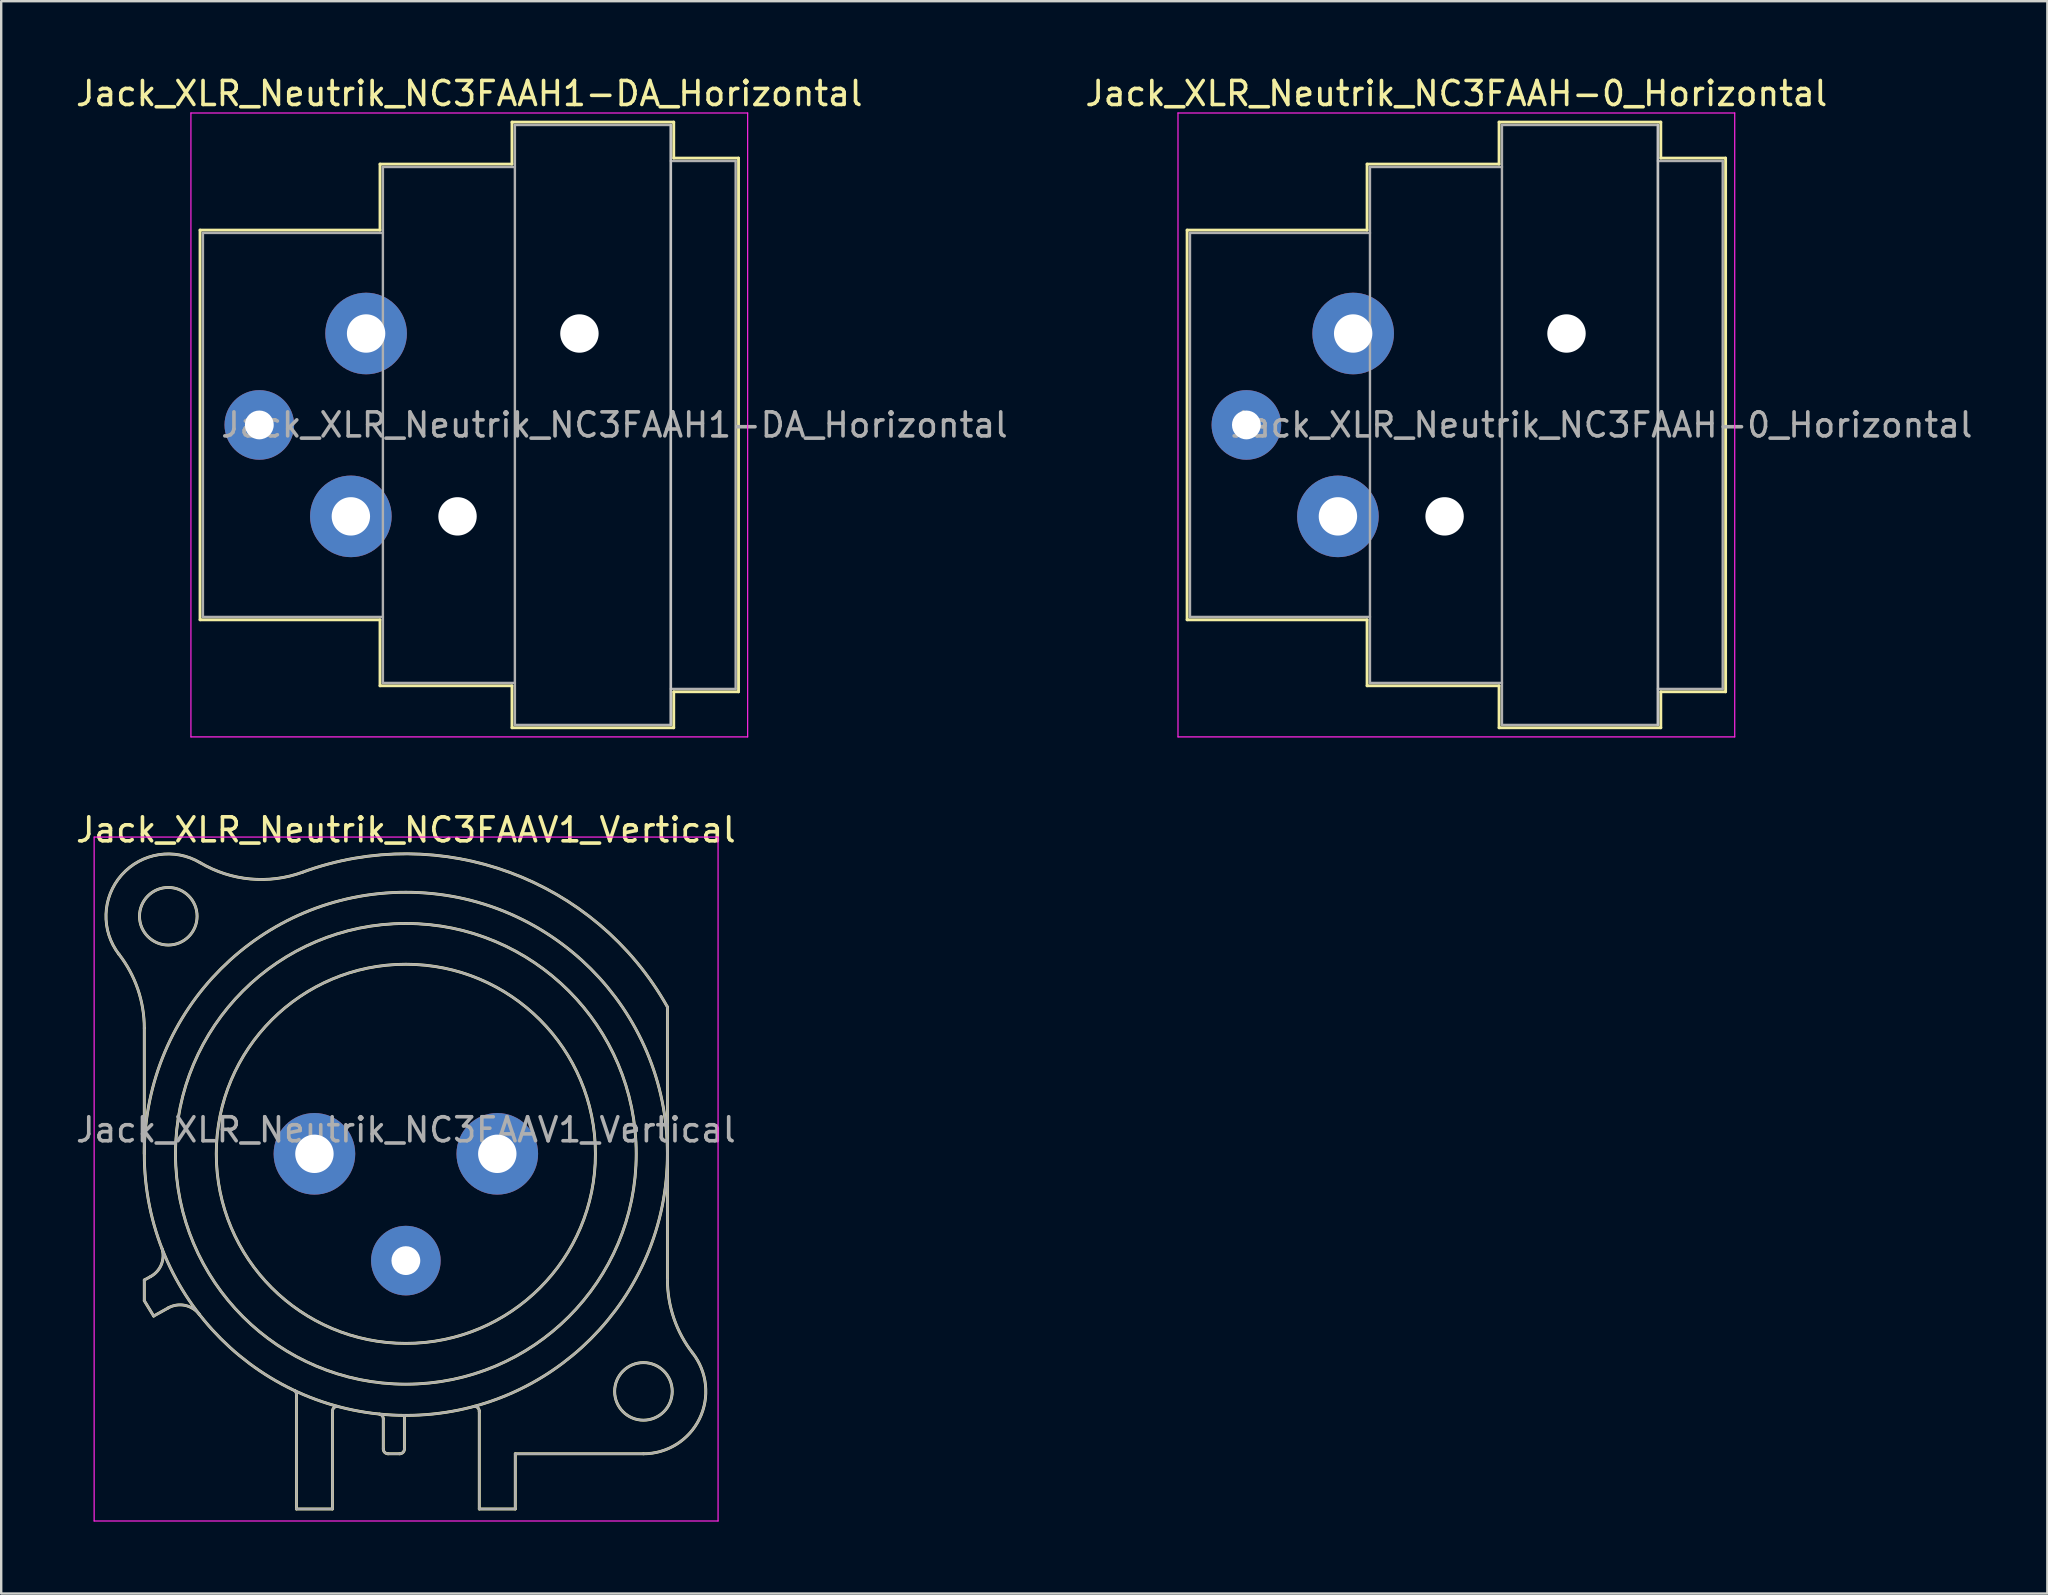
<source format=kicad_pcb>
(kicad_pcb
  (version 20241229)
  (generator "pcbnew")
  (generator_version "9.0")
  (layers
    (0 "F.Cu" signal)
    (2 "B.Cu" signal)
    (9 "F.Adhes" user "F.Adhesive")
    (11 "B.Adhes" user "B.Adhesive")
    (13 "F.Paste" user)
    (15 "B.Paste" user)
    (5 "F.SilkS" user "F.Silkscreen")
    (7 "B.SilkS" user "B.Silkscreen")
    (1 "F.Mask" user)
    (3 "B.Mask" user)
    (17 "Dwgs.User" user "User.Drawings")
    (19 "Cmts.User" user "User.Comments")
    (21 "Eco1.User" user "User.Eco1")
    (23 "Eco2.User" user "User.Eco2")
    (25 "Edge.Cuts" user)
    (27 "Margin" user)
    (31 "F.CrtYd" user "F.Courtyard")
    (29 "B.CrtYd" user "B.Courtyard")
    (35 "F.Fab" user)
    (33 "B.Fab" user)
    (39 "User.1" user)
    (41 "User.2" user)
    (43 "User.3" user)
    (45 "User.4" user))
  (footprint "Jack_XLR_Neutrik_NC3FAAH-0_Horizontal"
    (layer "F.Cu")
    (at 53.339 10.848)
    (property "Reference" "Jack_XLR_Neutrik_NC3FAAH-0_Horizontal" (at 4.3 -10 0) (layer "F.SilkS") (effects (font (size 1 1) (thickness 0.15))))
    (attr through_hole)
    (fp_line (start -6.92 -4.31) (end -6.92 11.93) (stroke (width 0.12) (type solid)) (layer "F.SilkS"))
    (fp_line (start 0.58 -7.06) (end 0.58 -4.31) (stroke (width 0.12) (type solid)) (layer "F.SilkS"))
    (fp_line (start 0.58 -4.31) (end -6.92 -4.31) (stroke (width 0.12) (type solid)) (layer "F.SilkS"))
    (fp_line (start 0.58 11.93) (end -6.92 11.93) (stroke (width 0.12) (type solid)) (layer "F.SilkS"))
    (fp_line (start 0.58 11.93) (end 0.58 14.68) (stroke (width 0.12) (type solid)) (layer "F.SilkS"))
    (fp_line (start 6.08 -7.06) (end 0.58 -7.06) (stroke (width 0.12) (type solid)) (layer "F.SilkS"))
    (fp_line (start 6.08 -7.06) (end 6.08 -8.81) (stroke (width 0.12) (type solid)) (layer "F.SilkS"))
    (fp_line (start 6.08 14.68) (end 0.58 14.68) (stroke (width 0.12) (type solid)) (layer "F.SilkS"))
    (fp_line (start 6.08 16.43) (end 6.08 14.68) (stroke (width 0.12) (type solid)) (layer "F.SilkS"))
    (fp_line (start 12.82 -8.81) (end 6.08 -8.81) (stroke (width 0.12) (type solid)) (layer "F.SilkS"))
    (fp_line (start 12.82 -8.81) (end 12.82 -7.31) (stroke (width 0.12) (type solid)) (layer "F.SilkS"))
    (fp_line (start 12.82 -7.31) (end 15.52 -7.31) (stroke (width 0.12) (type solid)) (layer "F.SilkS"))
    (fp_line (start 12.82 14.93) (end 12.82 16.43) (stroke (width 0.12) (type solid)) (layer "F.SilkS"))
    (fp_line (start 12.82 14.93) (end 15.52 14.93) (stroke (width 0.12) (type solid)) (layer "F.SilkS"))
    (fp_line (start 12.82 16.43) (end 6.08 16.43) (stroke (width 0.12) (type solid)) (layer "F.SilkS"))
    (fp_line (start 15.52 -7.31) (end 15.52 14.93) (stroke (width 0.12) (type solid)) (layer "F.SilkS"))
    (fp_line (start 12.7 -8.69) (end 12.7 16.31) (stroke (width 0.1) (type solid)) (layer "Dwgs.User"))
    (fp_line (start -7.3 -9.19) (end -7.3 16.81) (stroke (width 0.05) (type solid)) (layer "F.CrtYd"))
    (fp_line (start 15.9 -9.19) (end -7.3 -9.19) (stroke (width 0.05) (type solid)) (layer "F.CrtYd"))
    (fp_line (start 15.9 -9.19) (end 15.9 16.81) (stroke (width 0.05) (type solid)) (layer "F.CrtYd"))
    (fp_line (start 15.9 16.81) (end -7.3 16.81) (stroke (width 0.05) (type solid)) (layer "F.CrtYd"))
    (fp_line (start -6.8 -4.19) (end -6.8 11.81) (stroke (width 0.1) (type solid)) (layer "F.Fab"))
    (fp_line (start -6.8 11.81) (end 0.7 11.81) (stroke (width 0.1) (type solid)) (layer "F.Fab"))
    (fp_line (start 0.7 -6.94) (end 0.7 14.56) (stroke (width 0.1) (type solid)) (layer "F.Fab"))
    (fp_line (start 0.7 -4.19) (end -6.8 -4.19) (stroke (width 0.1) (type solid)) (layer "F.Fab"))
    (fp_line (start 0.7 14.56) (end 6.2 14.56) (stroke (width 0.1) (type solid)) (layer "F.Fab"))
    (fp_line (start 6.2 -8.69) (end 12.7 -8.69) (stroke (width 0.1) (type solid)) (layer "F.Fab"))
    (fp_line (start 6.2 -6.94) (end 0.7 -6.94) (stroke (width 0.1) (type solid)) (layer "F.Fab"))
    (fp_line (start 6.2 16.31) (end 6.2 -8.69) (stroke (width 0.1) (type solid)) (layer "F.Fab"))
    (fp_line (start 12.7 -8.69) (end 12.7 16.31) (stroke (width 0.1) (type solid)) (layer "F.Fab"))
    (fp_line (start 12.7 -7.19) (end 15.4 -7.19) (stroke (width 0.1) (type solid)) (layer "F.Fab"))
    (fp_line (start 12.7 16.31) (end 6.2 16.31) (stroke (width 0.1) (type solid)) (layer "F.Fab"))
    (fp_line (start 15.4 -7.19) (end 15.4 14.81) (stroke (width 0.1) (type solid)) (layer "F.Fab"))
    (fp_line (start 15.4 14.81) (end 12.7 14.81) (stroke (width 0.1) (type solid)) (layer "F.Fab"))
    (fp_text user "${REFERENCE}" (at 10.35 3.81 0) (layer "F.Fab") (effects (font (size 1 1) (thickness 0.15))))
    (pad "" np_thru_hole circle (at 3.81 7.62) (size 1.6 1.6) (drill 1.6) (layers "*.Cu" "*.Mask"))
    (pad "" np_thru_hole circle (at 8.89 0) (size 1.6 1.6) (drill 1.6) (layers "*.Cu" "*.Mask"))
    (pad "1" thru_hole circle (at 0 0) (size 3.4 3.4) (drill 1.6) (layers "*.Cu" "*.Mask"))
    (pad "2" thru_hole circle (at -0.635 7.62) (size 3.4 3.4) (drill 1.6) (layers "*.Cu" "*.Mask"))
    (pad "3" thru_hole circle (at -4.45 3.81) (size 2.9 2.9) (drill 1.2) (layers "*.Cu" "*.Mask")))
  (footprint "Jack_XLR_Neutrik_NC3FAAH1-DA_Horizontal"
    (layer "F.Cu")
    (at 12.206 10.848)
    (property "Reference" "Jack_XLR_Neutrik_NC3FAAH1-DA_Horizontal" (at 4.3 -10 0) (layer "F.SilkS") (effects (font (size 1 1) (thickness 0.15))))
    (attr through_hole)
    (fp_line (start -6.92 -4.31) (end -6.92 11.93) (stroke (width 0.12) (type solid)) (layer "F.SilkS"))
    (fp_line (start 0.58 -7.06) (end 0.58 -4.31) (stroke (width 0.12) (type solid)) (layer "F.SilkS"))
    (fp_line (start 0.58 -4.31) (end -6.92 -4.31) (stroke (width 0.12) (type solid)) (layer "F.SilkS"))
    (fp_line (start 0.58 11.93) (end -6.92 11.93) (stroke (width 0.12) (type solid)) (layer "F.SilkS"))
    (fp_line (start 0.58 11.93) (end 0.58 14.68) (stroke (width 0.12) (type solid)) (layer "F.SilkS"))
    (fp_line (start 6.08 -7.06) (end 0.58 -7.06) (stroke (width 0.12) (type solid)) (layer "F.SilkS"))
    (fp_line (start 6.08 -7.06) (end 6.08 -8.81) (stroke (width 0.12) (type solid)) (layer "F.SilkS"))
    (fp_line (start 6.08 14.68) (end 0.58 14.68) (stroke (width 0.12) (type solid)) (layer "F.SilkS"))
    (fp_line (start 6.08 16.43) (end 6.08 14.68) (stroke (width 0.12) (type solid)) (layer "F.SilkS"))
    (fp_line (start 12.82 -8.81) (end 6.08 -8.81) (stroke (width 0.12) (type solid)) (layer "F.SilkS"))
    (fp_line (start 12.82 -8.81) (end 12.82 -7.31) (stroke (width 0.12) (type solid)) (layer "F.SilkS"))
    (fp_line (start 12.82 -7.31) (end 15.52 -7.31) (stroke (width 0.12) (type solid)) (layer "F.SilkS"))
    (fp_line (start 12.82 14.93) (end 12.82 16.43) (stroke (width 0.12) (type solid)) (layer "F.SilkS"))
    (fp_line (start 12.82 14.93) (end 15.52 14.93) (stroke (width 0.12) (type solid)) (layer "F.SilkS"))
    (fp_line (start 12.82 16.43) (end 6.08 16.43) (stroke (width 0.12) (type solid)) (layer "F.SilkS"))
    (fp_line (start 15.52 -7.31) (end 15.52 14.93) (stroke (width 0.12) (type solid)) (layer "F.SilkS"))
    (fp_line (start 12.7 -8.69) (end 12.7 16.31) (stroke (width 0.1) (type solid)) (layer "Dwgs.User"))
    (fp_line (start -7.3 -9.19) (end -7.3 16.81) (stroke (width 0.05) (type solid)) (layer "F.CrtYd"))
    (fp_line (start 15.9 -9.19) (end -7.3 -9.19) (stroke (width 0.05) (type solid)) (layer "F.CrtYd"))
    (fp_line (start 15.9 -9.19) (end 15.9 16.81) (stroke (width 0.05) (type solid)) (layer "F.CrtYd"))
    (fp_line (start 15.9 16.81) (end -7.3 16.81) (stroke (width 0.05) (type solid)) (layer "F.CrtYd"))
    (fp_line (start -6.8 -4.19) (end -6.8 11.81) (stroke (width 0.1) (type solid)) (layer "F.Fab"))
    (fp_line (start -6.8 11.81) (end 0.7 11.81) (stroke (width 0.1) (type solid)) (layer "F.Fab"))
    (fp_line (start 0.7 -6.94) (end 0.7 14.56) (stroke (width 0.1) (type solid)) (layer "F.Fab"))
    (fp_line (start 0.7 -4.19) (end -6.8 -4.19) (stroke (width 0.1) (type solid)) (layer "F.Fab"))
    (fp_line (start 0.7 14.56) (end 6.2 14.56) (stroke (width 0.1) (type solid)) (layer "F.Fab"))
    (fp_line (start 6.2 -8.69) (end 12.7 -8.69) (stroke (width 0.1) (type solid)) (layer "F.Fab"))
    (fp_line (start 6.2 -6.94) (end 0.7 -6.94) (stroke (width 0.1) (type solid)) (layer "F.Fab"))
    (fp_line (start 6.2 16.31) (end 6.2 -8.69) (stroke (width 0.1) (type solid)) (layer "F.Fab"))
    (fp_line (start 12.7 -8.69) (end 12.7 16.31) (stroke (width 0.1) (type solid)) (layer "F.Fab"))
    (fp_line (start 12.7 -7.19) (end 15.4 -7.19) (stroke (width 0.1) (type solid)) (layer "F.Fab"))
    (fp_line (start 12.7 16.31) (end 6.2 16.31) (stroke (width 0.1) (type solid)) (layer "F.Fab"))
    (fp_line (start 15.4 -7.19) (end 15.4 14.81) (stroke (width 0.1) (type solid)) (layer "F.Fab"))
    (fp_line (start 15.4 14.81) (end 12.7 14.81) (stroke (width 0.1) (type solid)) (layer "F.Fab"))
    (fp_text user "${REFERENCE}" (at 10.35 3.81 0) (layer "F.Fab") (effects (font (size 1 1) (thickness 0.15))))
    (pad "" np_thru_hole circle (at 3.81 7.62) (size 1.6 1.6) (drill 1.6) (layers "*.Cu" "*.Mask"))
    (pad "" np_thru_hole circle (at 8.89 0) (size 1.6 1.6) (drill 1.6) (layers "*.Cu" "*.Mask"))
    (pad "1" thru_hole circle (at 0 0) (size 3.4 3.4) (drill 1.6) (layers "*.Cu" "*.Mask"))
    (pad "2" thru_hole circle (at -0.635 7.62) (size 3.4 3.4) (drill 1.6) (layers "*.Cu" "*.Mask"))
    (pad "3" thru_hole circle (at -4.45 3.81) (size 2.9 2.9) (drill 1.2) (layers "*.Cu" "*.Mask")))
  (footprint "Jack_XLR_Neutrik_NC3FAAV1_Vertical"
    (layer "F.Cu")
    (at 17.673 45.032)
    (property "Reference" "Jack_XLR_Neutrik_NC3FAAV1_Vertical" (at -3.81 -13.5 0) (layer "F.SilkS") (effects (font (size 1 1) (thickness 0.15))))
    (attr through_hole)
    (fp_line (start -14.71 0) (end -14.71 -5.24) (stroke (width 0.12) (type solid)) (layer "F.SilkS"))
    (fp_line (start -14.71 5.26) (end -14.44 5.11) (stroke (width 0.12) (type solid)) (layer "F.SilkS"))
    (fp_line (start -14.71 6.12) (end -14.71 5.26) (stroke (width 0.12) (type solid)) (layer "F.SilkS"))
    (fp_line (start -14.32 6.76) (end -14.71 6.12) (stroke (width 0.12) (type solid)) (layer "F.SilkS"))
    (fp_line (start -13.71 6.42) (end -14.32 6.76) (stroke (width 0.12) (type solid)) (layer "F.SilkS"))
    (fp_line (start -8.37 10.03) (end -8.37 14.8) (stroke (width 0.12) (type solid)) (layer "F.SilkS"))
    (fp_line (start -6.87 14.8) (end -8.37 14.8) (stroke (width 0.12) (type solid)) (layer "F.SilkS"))
    (fp_line (start -6.87 14.8) (end -6.87 10.73) (stroke (width 0.12) (type solid)) (layer "F.SilkS"))
    (fp_line (start -4.75 11.04) (end -4.75 12.3) (stroke (width 0.12) (type solid)) (layer "F.SilkS"))
    (fp_line (start -4.07 12.5) (end -4.55 12.5) (stroke (width 0.12) (type solid)) (layer "F.SilkS"))
    (fp_line (start -3.87 10.9) (end -3.87 12.3) (stroke (width 0.12) (type solid)) (layer "F.SilkS"))
    (fp_line (start -0.75 10.73) (end -0.75 10.73) (stroke (width 0.12) (type solid)) (layer "F.SilkS"))
    (fp_line (start -0.75 14.8) (end -0.75 10.73) (stroke (width 0.12) (type solid)) (layer "F.SilkS"))
    (fp_line (start 0.75 12.5) (end 6.09 12.5) (stroke (width 0.12) (type solid)) (layer "F.SilkS"))
    (fp_line (start 0.75 14.8) (end -0.75 14.8) (stroke (width 0.12) (type solid)) (layer "F.SilkS"))
    (fp_line (start 0.75 14.8) (end 0.75 12.5) (stroke (width 0.12) (type solid)) (layer "F.SilkS"))
    (fp_line (start 7.09 5.24) (end 7.09 -6.12) (stroke (width 0.12) (type solid)) (layer "F.SilkS"))
    (fp_arc (start -15.766689 -8.317569) (mid -14.98153 -6.866962) (end -14.71 -5.24) (stroke (width 0.12) (type solid)) (layer "F.SilkS"))
    (fp_arc (start -15.761979 -8.309032) (mid -15.65429 -11.620911) (end -12.38 -12.13) (stroke (width 0.12) (type solid)) (layer "F.SilkS"))
    (fp_arc (start -13.969214 3.951372) (mid -13.999461 4.614043) (end -14.44 5.11) (stroke (width 0.12) (type solid)) (layer "F.SilkS"))
    (fp_arc (start -13.71 6.42) (mid -13.01025 6.315915) (end -12.412202 6.693832) (stroke (width 0.12) (type solid)) (layer "F.SilkS"))
    (fp_arc (start -8.436364 9.870864) (mid -8.385177 9.942924) (end -8.37 10.03) (stroke (width 0.12) (type solid)) (layer "F.SilkS"))
    (fp_arc (start -8.12905 -11.730738) (mid 0.51404 -11.7289) (end 7.09 -6.12) (stroke (width 0.12) (type solid)) (layer "F.SilkS"))
    (fp_arc (start -8.118081 -11.733841) (mid -10.293498 -11.453642) (end -12.38 -12.13) (stroke (width 0.12) (type solid)) (layer "F.SilkS"))
    (fp_arc (start -6.87 10.73) (mid -6.814828 10.588126) (end -6.678303 10.520799) (stroke (width 0.12) (type solid)) (layer "F.SilkS"))
    (fp_arc (start -4.908418 10.84437) (mid -4.794571 10.914136) (end -4.75 11.04) (stroke (width 0.12) (type solid)) (layer "F.SilkS"))
    (fp_arc (start -4.55 12.5) (mid -4.691421 12.441421) (end -4.75 12.3) (stroke (width 0.12) (type solid)) (layer "F.SilkS"))
    (fp_arc (start -3.87 12.3) (mid -3.928579 12.441421) (end -4.07 12.5) (stroke (width 0.12) (type solid)) (layer "F.SilkS"))
    (fp_arc (start -0.949009 10.520288) (mid -0.807671 10.585446) (end -0.75 10.73) (stroke (width 0.12) (type solid)) (layer "F.SilkS"))
    (fp_arc (start 8.141619 8.302858) (mid 8.42587 11.041804) (end 6.09 12.5) (stroke (width 0.12) (type solid)) (layer "F.SilkS"))
    (fp_arc (start 8.14247 8.305283) (mid 7.360446 6.860467) (end 7.09 5.24) (stroke (width 0.12) (type solid)) (layer "F.SilkS"))
    (fp_circle (center -13.71 -9.9) (end -12.51 -9.9) (stroke (width 0.12) (type solid)) (fill no) (layer "F.SilkS"))
    (fp_circle (center -3.81 0) (end 4.09 0) (stroke (width 0.12) (type solid)) (fill no) (layer "F.SilkS"))
    (fp_circle (center -3.81 0) (end 5.79 0) (stroke (width 0.12) (type solid)) (fill no) (layer "F.SilkS"))
    (fp_circle (center -3.81 0) (end 7.09 0) (stroke (width 0.12) (type solid)) (fill no) (layer "F.SilkS"))
    (fp_circle (center 6.09 9.9) (end 7.29 9.9) (stroke (width 0.12) (type solid)) (fill no) (layer "F.SilkS"))
    (fp_line (start -16.8 -13.2) (end 9.2 -13.2) (stroke (width 0.05) (type solid)) (layer "F.CrtYd"))
    (fp_line (start -16.8 15.3) (end -16.8 -13.2) (stroke (width 0.05) (type solid)) (layer "F.CrtYd"))
    (fp_line (start 9.2 -13.2) (end 9.2 15.3) (stroke (width 0.05) (type solid)) (layer "F.CrtYd"))
    (fp_line (start 9.2 15.3) (end -16.8 15.3) (stroke (width 0.05) (type solid)) (layer "F.CrtYd"))
    (fp_line (start -14.71 0) (end -14.71 -5.24) (stroke (width 0.1) (type solid)) (layer "F.Fab"))
    (fp_line (start -14.71 5.26) (end -14.44 5.11) (stroke (width 0.1) (type solid)) (layer "F.Fab"))
    (fp_line (start -14.71 6.12) (end -14.71 5.26) (stroke (width 0.1) (type solid)) (layer "F.Fab"))
    (fp_line (start -14.32 6.76) (end -14.71 6.12) (stroke (width 0.1) (type solid)) (layer "F.Fab"))
    (fp_line (start -13.71 6.42) (end -14.32 6.76) (stroke (width 0.1) (type solid)) (layer "F.Fab"))
    (fp_line (start -8.37 10.03) (end -8.37 14.8) (stroke (width 0.1) (type solid)) (layer "F.Fab"))
    (fp_line (start -6.87 14.8) (end -8.37 14.8) (stroke (width 0.1) (type solid)) (layer "F.Fab"))
    (fp_line (start -6.87 14.8) (end -6.87 10.73) (stroke (width 0.1) (type solid)) (layer "F.Fab"))
    (fp_line (start -4.75 11.04) (end -4.75 12.3) (stroke (width 0.1) (type solid)) (layer "F.Fab"))
    (fp_line (start -4.07 12.5) (end -4.55 12.5) (stroke (width 0.1) (type solid)) (layer "F.Fab"))
    (fp_line (start -3.87 10.9) (end -3.87 12.3) (stroke (width 0.1) (type solid)) (layer "F.Fab"))
    (fp_line (start -0.75 10.73) (end -0.75 10.73) (stroke (width 0.1) (type solid)) (layer "F.Fab"))
    (fp_line (start -0.75 14.8) (end -0.75 10.73) (stroke (width 0.1) (type solid)) (layer "F.Fab"))
    (fp_line (start 0.75 12.5) (end 6.09 12.5) (stroke (width 0.1) (type solid)) (layer "F.Fab"))
    (fp_line (start 0.75 14.8) (end -0.75 14.8) (stroke (width 0.1) (type solid)) (layer "F.Fab"))
    (fp_line (start 0.75 14.8) (end 0.75 12.5) (stroke (width 0.1) (type solid)) (layer "F.Fab"))
    (fp_line (start 7.09 5.24) (end 7.09 -6.12) (stroke (width 0.1) (type solid)) (layer "F.Fab"))
    (fp_arc (start -15.766689 -8.317569) (mid -14.98153 -6.866962) (end -14.71 -5.24) (stroke (width 0.1) (type solid)) (layer "F.Fab"))
    (fp_arc (start -15.761979 -8.309032) (mid -15.65429 -11.620911) (end -12.38 -12.13) (stroke (width 0.1) (type solid)) (layer "F.Fab"))
    (fp_arc (start -13.969214 3.951372) (mid -13.999461 4.614043) (end -14.44 5.11) (stroke (width 0.1) (type solid)) (layer "F.Fab"))
    (fp_arc (start -13.71 6.42) (mid -13.01025 6.315915) (end -12.412202 6.693832) (stroke (width 0.1) (type solid)) (layer "F.Fab"))
    (fp_arc (start -8.436364 9.870864) (mid -8.385177 9.942924) (end -8.37 10.03) (stroke (width 0.1) (type solid)) (layer "F.Fab"))
    (fp_arc (start -8.12905 -11.730738) (mid 0.51404 -11.7289) (end 7.09 -6.12) (stroke (width 0.1) (type solid)) (layer "F.Fab"))
    (fp_arc (start -8.118081 -11.733841) (mid -10.293498 -11.453642) (end -12.38 -12.13) (stroke (width 0.1) (type solid)) (layer "F.Fab"))
    (fp_arc (start -6.87 10.73) (mid -6.814828 10.588126) (end -6.678303 10.520799) (stroke (width 0.1) (type solid)) (layer "F.Fab"))
    (fp_arc (start -4.908418 10.84437) (mid -4.794571 10.914136) (end -4.75 11.04) (stroke (width 0.1) (type solid)) (layer "F.Fab"))
    (fp_arc (start -4.55 12.5) (mid -4.691421 12.441421) (end -4.75 12.3) (stroke (width 0.1) (type solid)) (layer "F.Fab"))
    (fp_arc (start -3.87 12.3) (mid -3.928579 12.441421) (end -4.07 12.5) (stroke (width 0.1) (type solid)) (layer "F.Fab"))
    (fp_arc (start -0.949009 10.520288) (mid -0.807671 10.585446) (end -0.75 10.73) (stroke (width 0.1) (type solid)) (layer "F.Fab"))
    (fp_arc (start 8.141619 8.302858) (mid 8.42587 11.041804) (end 6.09 12.5) (stroke (width 0.1) (type solid)) (layer "F.Fab"))
    (fp_arc (start 8.14247 8.305283) (mid 7.360446 6.860467) (end 7.09 5.24) (stroke (width 0.1) (type solid)) (layer "F.Fab"))
    (fp_circle (center -13.71 -9.9) (end -12.51 -9.9) (stroke (width 0.1) (type solid)) (fill no) (layer "F.Fab"))
    (fp_circle (center -3.81 0) (end 4.09 0) (stroke (width 0.1) (type solid)) (fill no) (layer "F.Fab"))
    (fp_circle (center -3.81 0) (end 5.79 0) (stroke (width 0.1) (type solid)) (fill no) (layer "F.Fab"))
    (fp_circle (center -3.81 0) (end 7.09 0) (stroke (width 0.1) (type solid)) (fill no) (layer "F.Fab"))
    (fp_circle (center 6.09 9.9) (end 7.29 9.9) (stroke (width 0.1) (type solid)) (fill no) (layer "F.Fab"))
    (fp_text user "${REFERENCE}" (at -3.81 -1 0) (layer "F.Fab") (effects (font (size 1 1) (thickness 0.15))))
    (pad "1" thru_hole circle (at 0 0) (size 3.4 3.4) (drill 1.6) (layers "*.Cu" "*.Mask"))
    (pad "2" thru_hole circle (at -7.62 0) (size 3.4 3.4) (drill 1.6) (layers "*.Cu" "*.Mask"))
    (pad "3" thru_hole circle (at -3.81 4.45) (size 2.9 2.9) (drill 1.2) (layers "*.Cu" "*.Mask")))
  (gr_rect
    (start -3 -3)
    (end 82.267 63.356)
    (stroke (width 0.1) (type default))
    (fill no)
    (layer "Edge.Cuts")))
</source>
